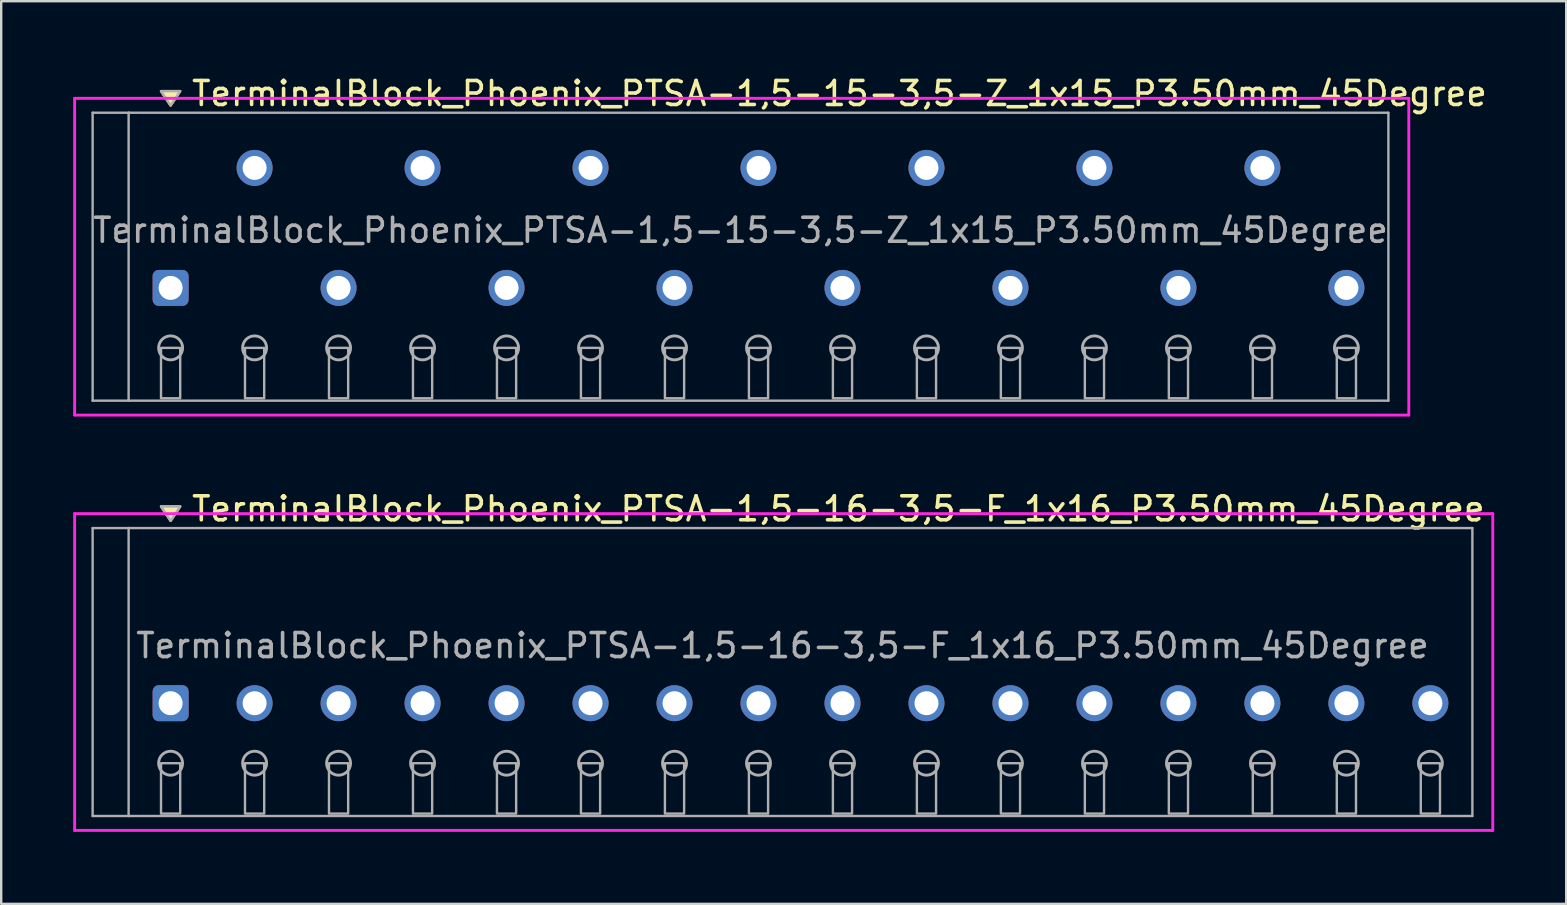
<source format=kicad_pcb>
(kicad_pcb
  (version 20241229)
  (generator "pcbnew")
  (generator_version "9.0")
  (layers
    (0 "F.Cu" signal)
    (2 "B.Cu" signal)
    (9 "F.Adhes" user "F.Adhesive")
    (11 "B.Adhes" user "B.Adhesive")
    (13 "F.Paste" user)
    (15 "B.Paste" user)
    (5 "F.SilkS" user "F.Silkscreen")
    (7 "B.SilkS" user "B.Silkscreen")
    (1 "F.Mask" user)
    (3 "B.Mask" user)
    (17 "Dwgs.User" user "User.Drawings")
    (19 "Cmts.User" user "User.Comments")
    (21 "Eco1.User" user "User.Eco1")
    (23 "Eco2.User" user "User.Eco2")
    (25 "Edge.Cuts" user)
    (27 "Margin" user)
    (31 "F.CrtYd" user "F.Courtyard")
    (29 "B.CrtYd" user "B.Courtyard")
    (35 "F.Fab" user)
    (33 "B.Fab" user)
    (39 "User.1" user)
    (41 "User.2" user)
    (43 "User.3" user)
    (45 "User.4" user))
  (footprint "TerminalBlock_Phoenix_PTSA-1,5-15-3,5-Z_1x15_P3.50mm_45Degree"
    (layer "F.Cu")
    (at 4.06 8.948)
    (property "Reference" "TerminalBlock_Phoenix_PTSA-1,5-15-3,5-Z_1x15_P3.50mm_45Degree" (at 0.8 -8.1 0) (layer "F.SilkS") (effects (font (size 1 1) (thickness 0.15)) (justify left)))
    (attr through_hole)
    (fp_poly (pts (xy 0 -7.6) (xy -0.4 -8.2) (xy 0.4 -8.2)) (stroke (width 0.1) (type solid)) (fill yes) (layer "F.SilkS"))
    (fp_line (start -4 -7.9) (end 51.6 -7.9) (stroke (width 0.12) (type solid)) (layer "F.CrtYd"))
    (fp_line (start -4 5.3) (end -4 -7.9) (stroke (width 0.12) (type solid)) (layer "F.CrtYd"))
    (fp_line (start 51.6 -7.9) (end 51.6 5.3) (stroke (width 0.12) (type solid)) (layer "F.CrtYd"))
    (fp_line (start 51.6 5.3) (end -4 5.3) (stroke (width 0.12) (type solid)) (layer "F.CrtYd"))
    (fp_line (start -3.25 -7.3) (end -1.75 -7.3) (stroke (width 0.1) (type solid)) (layer "F.Fab"))
    (fp_line (start -3.25 4.7) (end -3.25 -7.3) (stroke (width 0.1) (type solid)) (layer "F.Fab"))
    (fp_line (start -1.75 -7.3) (end -1.75 4.7) (stroke (width 0.1) (type solid)) (layer "F.Fab"))
    (fp_line (start -1.75 4.7) (end -3.25 4.7) (stroke (width 0.1) (type solid)) (layer "F.Fab"))
    (fp_line (start -1.75 4.7) (end 50.75 4.7) (stroke (width 0.1) (type solid)) (layer "F.Fab"))
    (fp_line (start 50.75 -7.3) (end -1.75 -7.3) (stroke (width 0.1) (type solid)) (layer "F.Fab"))
    (fp_line (start 50.75 4.7) (end 50.75 -7.3) (stroke (width 0.1) (type solid)) (layer "F.Fab"))
    (fp_circle (center 0 2.5) (end -0.5 2.5) (stroke (width 0.12) (type solid)) (fill no) (layer "F.Fab"))
    (fp_circle (center 3.5 2.5) (end 3 2.5) (stroke (width 0.12) (type solid)) (fill no) (layer "F.Fab"))
    (fp_circle (center 7 2.5) (end 6.5 2.5) (stroke (width 0.12) (type solid)) (fill no) (layer "F.Fab"))
    (fp_circle (center 10.5 2.5) (end 10 2.5) (stroke (width 0.12) (type solid)) (fill no) (layer "F.Fab"))
    (fp_circle (center 14 2.5) (end 13.5 2.5) (stroke (width 0.12) (type solid)) (fill no) (layer "F.Fab"))
    (fp_circle (center 17.5 2.5) (end 17 2.5) (stroke (width 0.12) (type solid)) (fill no) (layer "F.Fab"))
    (fp_circle (center 21 2.5) (end 20.5 2.5) (stroke (width 0.12) (type solid)) (fill no) (layer "F.Fab"))
    (fp_circle (center 24.5 2.5) (end 24 2.5) (stroke (width 0.12) (type solid)) (fill no) (layer "F.Fab"))
    (fp_circle (center 28 2.5) (end 27.5 2.5) (stroke (width 0.12) (type solid)) (fill no) (layer "F.Fab"))
    (fp_circle (center 31.5 2.5) (end 31 2.5) (stroke (width 0.12) (type solid)) (fill no) (layer "F.Fab"))
    (fp_circle (center 35 2.5) (end 34.5 2.5) (stroke (width 0.12) (type solid)) (fill no) (layer "F.Fab"))
    (fp_circle (center 38.5 2.5) (end 38 2.5) (stroke (width 0.12) (type solid)) (fill no) (layer "F.Fab"))
    (fp_circle (center 42 2.5) (end 41.5 2.5) (stroke (width 0.12) (type solid)) (fill no) (layer "F.Fab"))
    (fp_circle (center 45.5 2.5) (end 45 2.5) (stroke (width 0.12) (type solid)) (fill no) (layer "F.Fab"))
    (fp_circle (center 49 2.5) (end 48.5 2.5) (stroke (width 0.12) (type solid)) (fill no) (layer "F.Fab"))
    (fp_poly (pts (xy 0 -7.6) (xy -0.4 -8.2) (xy 0.4 -8.2)) (stroke (width 0.1) (type solid)) (fill no) (layer "F.Fab"))
    (fp_poly (pts (xy -0.4 2.5) (xy -0.4 4.6) (xy 0.4 4.6) (xy 0.4 2.5)) (stroke (width 0.1) (type solid)) (fill no) (layer "F.Fab"))
    (fp_poly (pts (xy 3.1 2.5) (xy 3.1 4.6) (xy 3.9 4.6) (xy 3.9 2.5)) (stroke (width 0.1) (type solid)) (fill no) (layer "F.Fab"))
    (fp_poly (pts (xy 6.6 2.5) (xy 6.6 4.6) (xy 7.4 4.6) (xy 7.4 2.5)) (stroke (width 0.1) (type solid)) (fill no) (layer "F.Fab"))
    (fp_poly (pts (xy 10.1 2.5) (xy 10.1 4.6) (xy 10.9 4.6) (xy 10.9 2.5)) (stroke (width 0.1) (type solid)) (fill no) (layer "F.Fab"))
    (fp_poly (pts (xy 13.6 2.5) (xy 13.6 4.6) (xy 14.4 4.6) (xy 14.4 2.5)) (stroke (width 0.1) (type solid)) (fill no) (layer "F.Fab"))
    (fp_poly (pts (xy 17.1 2.5) (xy 17.1 4.6) (xy 17.9 4.6) (xy 17.9 2.5)) (stroke (width 0.1) (type solid)) (fill no) (layer "F.Fab"))
    (fp_poly (pts (xy 20.6 2.5) (xy 20.6 4.6) (xy 21.4 4.6) (xy 21.4 2.5)) (stroke (width 0.1) (type solid)) (fill no) (layer "F.Fab"))
    (fp_poly (pts (xy 24.1 2.5) (xy 24.1 4.6) (xy 24.9 4.6) (xy 24.9 2.5)) (stroke (width 0.1) (type solid)) (fill no) (layer "F.Fab"))
    (fp_poly (pts (xy 27.6 2.5) (xy 27.6 4.6) (xy 28.4 4.6) (xy 28.4 2.5)) (stroke (width 0.1) (type solid)) (fill no) (layer "F.Fab"))
    (fp_poly (pts (xy 31.1 2.5) (xy 31.1 4.6) (xy 31.9 4.6) (xy 31.9 2.5)) (stroke (width 0.1) (type solid)) (fill no) (layer "F.Fab"))
    (fp_poly (pts (xy 34.6 2.5) (xy 34.6 4.6) (xy 35.4 4.6) (xy 35.4 2.5)) (stroke (width 0.1) (type solid)) (fill no) (layer "F.Fab"))
    (fp_poly (pts (xy 38.1 2.5) (xy 38.1 4.6) (xy 38.9 4.6) (xy 38.9 2.5)) (stroke (width 0.1) (type solid)) (fill no) (layer "F.Fab"))
    (fp_poly (pts (xy 41.6 2.5) (xy 41.6 4.6) (xy 42.4 4.6) (xy 42.4 2.5)) (stroke (width 0.1) (type solid)) (fill no) (layer "F.Fab"))
    (fp_poly (pts (xy 45.1 2.5) (xy 45.1 4.6) (xy 45.9 4.6) (xy 45.9 2.5)) (stroke (width 0.1) (type solid)) (fill no) (layer "F.Fab"))
    (fp_poly (pts (xy 48.6 2.5) (xy 48.6 4.6) (xy 49.4 4.6) (xy 49.4 2.5)) (stroke (width 0.1) (type solid)) (fill no) (layer "F.Fab"))
    (fp_text user "${REFERENCE}" (at 23.75 -2.4 0) (layer "F.Fab") (effects (font (size 1 1) (thickness 0.15))))
    (pad "1" thru_hole roundrect (at 0 0) (size 1.5 1.5) (drill 1) (layers "*.Cu" "*.Mask") (roundrect_rratio 0.167))
    (pad "2" thru_hole oval (at 3.5 -5) (size 1.5 1.5) (drill 1) (layers "*.Cu" "*.Mask"))
    (pad "3" thru_hole oval (at 7 0) (size 1.5 1.5) (drill 1) (layers "*.Cu" "*.Mask"))
    (pad "4" thru_hole oval (at 10.5 -5) (size 1.5 1.5) (drill 1) (layers "*.Cu" "*.Mask"))
    (pad "5" thru_hole oval (at 14 0) (size 1.5 1.5) (drill 1) (layers "*.Cu" "*.Mask"))
    (pad "6" thru_hole oval (at 17.5 -5) (size 1.5 1.5) (drill 1) (layers "*.Cu" "*.Mask"))
    (pad "7" thru_hole oval (at 21 0) (size 1.5 1.5) (drill 1) (layers "*.Cu" "*.Mask"))
    (pad "8" thru_hole oval (at 24.5 -5) (size 1.5 1.5) (drill 1) (layers "*.Cu" "*.Mask"))
    (pad "9" thru_hole oval (at 28 0) (size 1.5 1.5) (drill 1) (layers "*.Cu" "*.Mask"))
    (pad "10" thru_hole oval (at 31.5 -5) (size 1.5 1.5) (drill 1) (layers "*.Cu" "*.Mask"))
    (pad "11" thru_hole oval (at 35 0) (size 1.5 1.5) (drill 1) (layers "*.Cu" "*.Mask"))
    (pad "12" thru_hole oval (at 38.5 -5) (size 1.5 1.5) (drill 1) (layers "*.Cu" "*.Mask"))
    (pad "13" thru_hole oval (at 42 0) (size 1.5 1.5) (drill 1) (layers "*.Cu" "*.Mask"))
    (pad "14" thru_hole oval (at 45.5 -5) (size 1.5 1.5) (drill 1) (layers "*.Cu" "*.Mask"))
    (pad "15" thru_hole oval (at 49 0) (size 1.5 1.5) (drill 1) (layers "*.Cu" "*.Mask")))
  (footprint "TerminalBlock_Phoenix_PTSA-1,5-16-3,5-F_1x16_P3.50mm_45Degree"
    (layer "F.Cu")
    (at 4.06 26.256)
    (property "Reference" "TerminalBlock_Phoenix_PTSA-1,5-16-3,5-F_1x16_P3.50mm_45Degree" (at 0.8 -8.1 0) (layer "F.SilkS") (effects (font (size 1 1) (thickness 0.15)) (justify left)))
    (attr through_hole)
    (fp_poly (pts (xy 0 -7.6) (xy -0.4 -8.2) (xy 0.4 -8.2)) (stroke (width 0.1) (type solid)) (fill yes) (layer "F.SilkS"))
    (fp_line (start -4 -7.9) (end 55.1 -7.9) (stroke (width 0.12) (type solid)) (layer "F.CrtYd"))
    (fp_line (start -4 5.3) (end -4 -7.9) (stroke (width 0.12) (type solid)) (layer "F.CrtYd"))
    (fp_line (start 55.1 -7.9) (end 55.1 5.3) (stroke (width 0.12) (type solid)) (layer "F.CrtYd"))
    (fp_line (start 55.1 5.3) (end -4 5.3) (stroke (width 0.12) (type solid)) (layer "F.CrtYd"))
    (fp_line (start -3.25 -7.3) (end -1.75 -7.3) (stroke (width 0.1) (type solid)) (layer "F.Fab"))
    (fp_line (start -3.25 4.7) (end -3.25 -7.3) (stroke (width 0.1) (type solid)) (layer "F.Fab"))
    (fp_line (start -1.75 -7.3) (end -1.75 4.7) (stroke (width 0.1) (type solid)) (layer "F.Fab"))
    (fp_line (start -1.75 4.7) (end -3.25 4.7) (stroke (width 0.1) (type solid)) (layer "F.Fab"))
    (fp_line (start -1.75 4.7) (end 54.25 4.7) (stroke (width 0.1) (type solid)) (layer "F.Fab"))
    (fp_line (start 54.25 -7.3) (end -1.75 -7.3) (stroke (width 0.1) (type solid)) (layer "F.Fab"))
    (fp_line (start 54.25 4.7) (end 54.25 -7.3) (stroke (width 0.1) (type solid)) (layer "F.Fab"))
    (fp_circle (center 0 2.5) (end -0.5 2.5) (stroke (width 0.12) (type solid)) (fill no) (layer "F.Fab"))
    (fp_circle (center 3.5 2.5) (end 3 2.5) (stroke (width 0.12) (type solid)) (fill no) (layer "F.Fab"))
    (fp_circle (center 7 2.5) (end 6.5 2.5) (stroke (width 0.12) (type solid)) (fill no) (layer "F.Fab"))
    (fp_circle (center 10.5 2.5) (end 10 2.5) (stroke (width 0.12) (type solid)) (fill no) (layer "F.Fab"))
    (fp_circle (center 14 2.5) (end 13.5 2.5) (stroke (width 0.12) (type solid)) (fill no) (layer "F.Fab"))
    (fp_circle (center 17.5 2.5) (end 17 2.5) (stroke (width 0.12) (type solid)) (fill no) (layer "F.Fab"))
    (fp_circle (center 21 2.5) (end 20.5 2.5) (stroke (width 0.12) (type solid)) (fill no) (layer "F.Fab"))
    (fp_circle (center 24.5 2.5) (end 24 2.5) (stroke (width 0.12) (type solid)) (fill no) (layer "F.Fab"))
    (fp_circle (center 28 2.5) (end 27.5 2.5) (stroke (width 0.12) (type solid)) (fill no) (layer "F.Fab"))
    (fp_circle (center 31.5 2.5) (end 31 2.5) (stroke (width 0.12) (type solid)) (fill no) (layer "F.Fab"))
    (fp_circle (center 35 2.5) (end 34.5 2.5) (stroke (width 0.12) (type solid)) (fill no) (layer "F.Fab"))
    (fp_circle (center 38.5 2.5) (end 38 2.5) (stroke (width 0.12) (type solid)) (fill no) (layer "F.Fab"))
    (fp_circle (center 42 2.5) (end 41.5 2.5) (stroke (width 0.12) (type solid)) (fill no) (layer "F.Fab"))
    (fp_circle (center 45.5 2.5) (end 45 2.5) (stroke (width 0.12) (type solid)) (fill no) (layer "F.Fab"))
    (fp_circle (center 49 2.5) (end 48.5 2.5) (stroke (width 0.12) (type solid)) (fill no) (layer "F.Fab"))
    (fp_circle (center 52.5 2.5) (end 52 2.5) (stroke (width 0.12) (type solid)) (fill no) (layer "F.Fab"))
    (fp_poly (pts (xy 0 -7.6) (xy -0.4 -8.2) (xy 0.4 -8.2)) (stroke (width 0.1) (type solid)) (fill no) (layer "F.Fab"))
    (fp_poly (pts (xy -0.4 2.5) (xy -0.4 4.6) (xy 0.4 4.6) (xy 0.4 2.5)) (stroke (width 0.1) (type solid)) (fill no) (layer "F.Fab"))
    (fp_poly (pts (xy 3.1 2.5) (xy 3.1 4.6) (xy 3.9 4.6) (xy 3.9 2.5)) (stroke (width 0.1) (type solid)) (fill no) (layer "F.Fab"))
    (fp_poly (pts (xy 6.6 2.5) (xy 6.6 4.6) (xy 7.4 4.6) (xy 7.4 2.5)) (stroke (width 0.1) (type solid)) (fill no) (layer "F.Fab"))
    (fp_poly (pts (xy 10.1 2.5) (xy 10.1 4.6) (xy 10.9 4.6) (xy 10.9 2.5)) (stroke (width 0.1) (type solid)) (fill no) (layer "F.Fab"))
    (fp_poly (pts (xy 13.6 2.5) (xy 13.6 4.6) (xy 14.4 4.6) (xy 14.4 2.5)) (stroke (width 0.1) (type solid)) (fill no) (layer "F.Fab"))
    (fp_poly (pts (xy 17.1 2.5) (xy 17.1 4.6) (xy 17.9 4.6) (xy 17.9 2.5)) (stroke (width 0.1) (type solid)) (fill no) (layer "F.Fab"))
    (fp_poly (pts (xy 20.6 2.5) (xy 20.6 4.6) (xy 21.4 4.6) (xy 21.4 2.5)) (stroke (width 0.1) (type solid)) (fill no) (layer "F.Fab"))
    (fp_poly (pts (xy 24.1 2.5) (xy 24.1 4.6) (xy 24.9 4.6) (xy 24.9 2.5)) (stroke (width 0.1) (type solid)) (fill no) (layer "F.Fab"))
    (fp_poly (pts (xy 27.6 2.5) (xy 27.6 4.6) (xy 28.4 4.6) (xy 28.4 2.5)) (stroke (width 0.1) (type solid)) (fill no) (layer "F.Fab"))
    (fp_poly (pts (xy 31.1 2.5) (xy 31.1 4.6) (xy 31.9 4.6) (xy 31.9 2.5)) (stroke (width 0.1) (type solid)) (fill no) (layer "F.Fab"))
    (fp_poly (pts (xy 34.6 2.5) (xy 34.6 4.6) (xy 35.4 4.6) (xy 35.4 2.5)) (stroke (width 0.1) (type solid)) (fill no) (layer "F.Fab"))
    (fp_poly (pts (xy 38.1 2.5) (xy 38.1 4.6) (xy 38.9 4.6) (xy 38.9 2.5)) (stroke (width 0.1) (type solid)) (fill no) (layer "F.Fab"))
    (fp_poly (pts (xy 41.6 2.5) (xy 41.6 4.6) (xy 42.4 4.6) (xy 42.4 2.5)) (stroke (width 0.1) (type solid)) (fill no) (layer "F.Fab"))
    (fp_poly (pts (xy 45.1 2.5) (xy 45.1 4.6) (xy 45.9 4.6) (xy 45.9 2.5)) (stroke (width 0.1) (type solid)) (fill no) (layer "F.Fab"))
    (fp_poly (pts (xy 48.6 2.5) (xy 48.6 4.6) (xy 49.4 4.6) (xy 49.4 2.5)) (stroke (width 0.1) (type solid)) (fill no) (layer "F.Fab"))
    (fp_poly (pts (xy 52.1 2.5) (xy 52.1 4.6) (xy 52.9 4.6) (xy 52.9 2.5)) (stroke (width 0.1) (type solid)) (fill no) (layer "F.Fab"))
    (fp_text user "${REFERENCE}" (at 25.5 -2.4 0) (layer "F.Fab") (effects (font (size 1 1) (thickness 0.15))))
    (pad "1" thru_hole roundrect (at 0 0) (size 1.5 1.5) (drill 1) (layers "*.Cu" "*.Mask") (roundrect_rratio 0.167))
    (pad "2" thru_hole oval (at 3.5 0) (size 1.5 1.5) (drill 1) (layers "*.Cu" "*.Mask"))
    (pad "3" thru_hole oval (at 7 0) (size 1.5 1.5) (drill 1) (layers "*.Cu" "*.Mask"))
    (pad "4" thru_hole oval (at 10.5 0) (size 1.5 1.5) (drill 1) (layers "*.Cu" "*.Mask"))
    (pad "5" thru_hole oval (at 14 0) (size 1.5 1.5) (drill 1) (layers "*.Cu" "*.Mask"))
    (pad "6" thru_hole oval (at 17.5 0) (size 1.5 1.5) (drill 1) (layers "*.Cu" "*.Mask"))
    (pad "7" thru_hole oval (at 21 0) (size 1.5 1.5) (drill 1) (layers "*.Cu" "*.Mask"))
    (pad "8" thru_hole oval (at 24.5 0) (size 1.5 1.5) (drill 1) (layers "*.Cu" "*.Mask"))
    (pad "9" thru_hole oval (at 28 0) (size 1.5 1.5) (drill 1) (layers "*.Cu" "*.Mask"))
    (pad "10" thru_hole oval (at 31.5 0) (size 1.5 1.5) (drill 1) (layers "*.Cu" "*.Mask"))
    (pad "11" thru_hole oval (at 35 0) (size 1.5 1.5) (drill 1) (layers "*.Cu" "*.Mask"))
    (pad "12" thru_hole oval (at 38.5 0) (size 1.5 1.5) (drill 1) (layers "*.Cu" "*.Mask"))
    (pad "13" thru_hole oval (at 42 0) (size 1.5 1.5) (drill 1) (layers "*.Cu" "*.Mask"))
    (pad "14" thru_hole oval (at 45.5 0) (size 1.5 1.5) (drill 1) (layers "*.Cu" "*.Mask"))
    (pad "15" thru_hole oval (at 49 0) (size 1.5 1.5) (drill 1) (layers "*.Cu" "*.Mask"))
    (pad "16" thru_hole oval (at 52.5 0) (size 1.5 1.5) (drill 1) (layers "*.Cu" "*.Mask")))
  (gr_rect
    (start -3 -3)
    (end 62.22 34.617)
    (stroke (width 0.1) (type default))
    (fill no)
    (layer "Edge.Cuts")))
</source>
